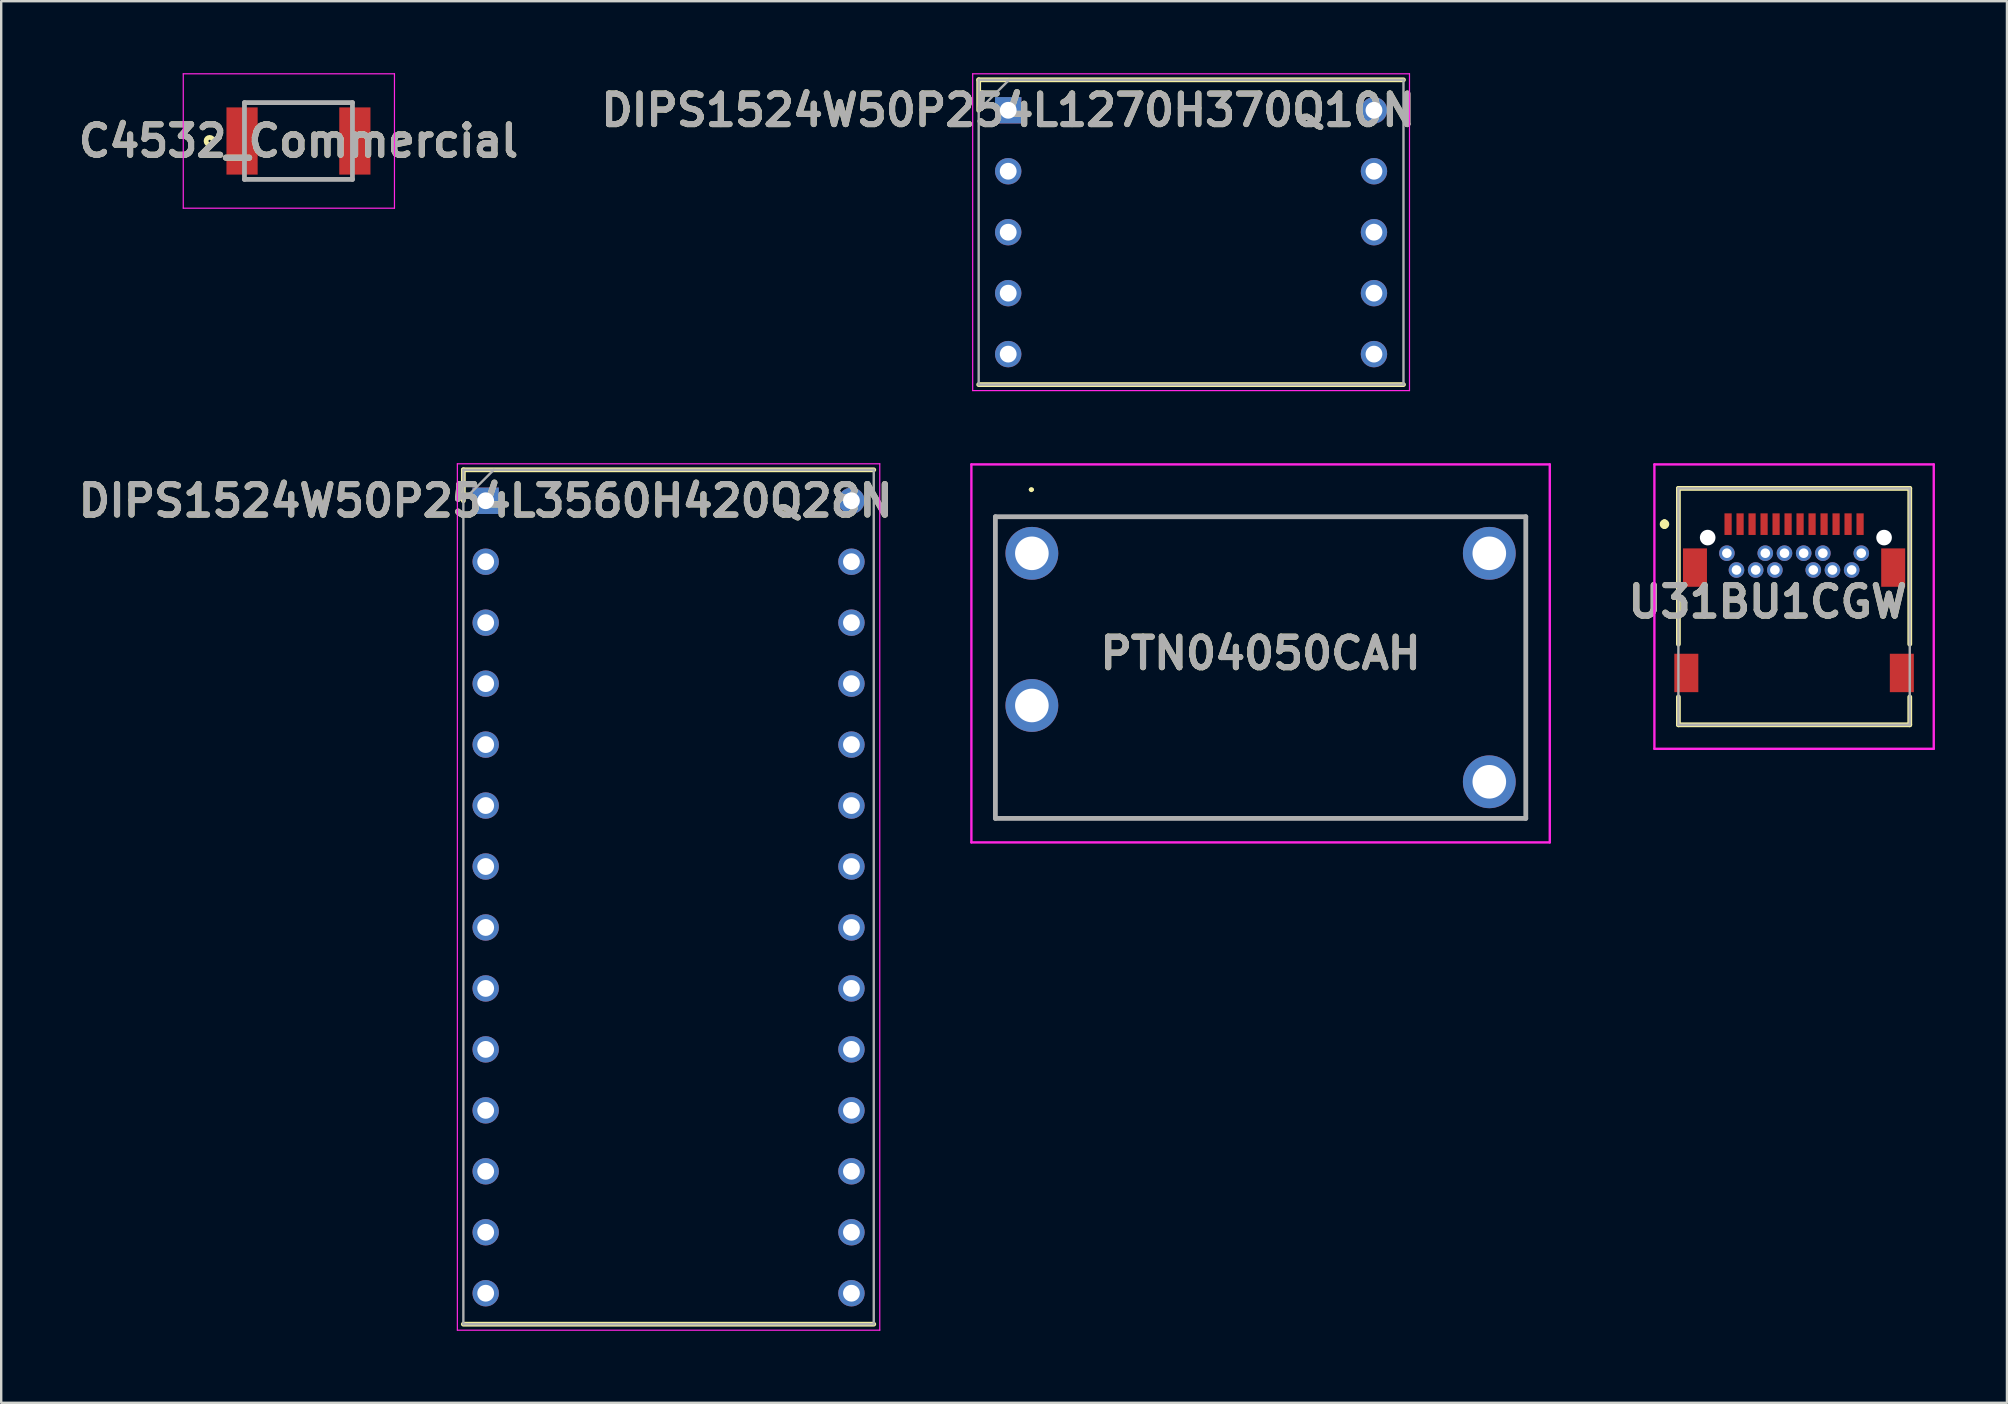
<source format=kicad_pcb>
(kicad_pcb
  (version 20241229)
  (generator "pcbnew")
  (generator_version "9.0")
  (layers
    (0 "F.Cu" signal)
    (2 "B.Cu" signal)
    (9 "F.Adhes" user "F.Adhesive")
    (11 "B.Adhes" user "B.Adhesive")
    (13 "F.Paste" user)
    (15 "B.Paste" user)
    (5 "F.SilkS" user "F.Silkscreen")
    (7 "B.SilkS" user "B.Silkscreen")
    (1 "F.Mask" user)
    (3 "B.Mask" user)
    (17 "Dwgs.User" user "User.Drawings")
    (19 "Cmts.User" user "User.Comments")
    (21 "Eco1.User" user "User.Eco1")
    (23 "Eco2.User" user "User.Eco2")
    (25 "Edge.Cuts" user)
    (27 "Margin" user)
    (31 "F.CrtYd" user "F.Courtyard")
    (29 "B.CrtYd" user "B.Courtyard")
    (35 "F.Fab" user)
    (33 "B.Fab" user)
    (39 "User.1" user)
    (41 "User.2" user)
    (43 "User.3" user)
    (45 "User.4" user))
  (footprint "U31BU1CGW"
    (layer "F.Cu")
    (at 71.704 22.225)
    (property "Reference" "U31BU1CGW" (at -1.1 -0.2 0) (layer "F.SilkS") (effects (font (size 1.27 1.27) (thickness 0.254))))
    (attr through_hole)
    (fp_line (start -5.4 -3.535) (end -5.4 -3.535) (stroke (width 0.2) (type solid)) (layer "F.SilkS"))
    (fp_line (start -5.4 -3.335) (end -5.4 -3.335) (stroke (width 0.2) (type solid)) (layer "F.SilkS"))
    (fp_line (start -4.82 -4.925) (end 4.82 -4.925) (stroke (width 0.2) (type solid)) (layer "F.SilkS"))
    (fp_line (start -4.82 1.565) (end -4.82 -4.925) (stroke (width 0.2) (type solid)) (layer "F.SilkS"))
    (fp_line (start -4.82 3.765) (end -4.82 4.925) (stroke (width 0.2) (type solid)) (layer "F.SilkS"))
    (fp_line (start -4.82 4.925) (end 4.82 4.925) (stroke (width 0.2) (type solid)) (layer "F.SilkS"))
    (fp_line (start 4.82 -4.925) (end 4.82 1.565) (stroke (width 0.2) (type solid)) (layer "F.SilkS"))
    (fp_line (start 4.82 4.925) (end 4.82 3.765) (stroke (width 0.2) (type solid)) (layer "F.SilkS"))
    (fp_arc (start -5.4 -3.535) (mid -5.3 -3.435) (end -5.4 -3.335) (stroke (width 0.2) (type solid)) (layer "F.SilkS"))
    (fp_arc (start -5.4 -3.335) (mid -5.5 -3.435) (end -5.4 -3.535) (stroke (width 0.2) (type solid)) (layer "F.SilkS"))
    (fp_line (start -5.82 -5.925) (end 5.82 -5.925) (stroke (width 0.1) (type solid)) (layer "F.CrtYd"))
    (fp_line (start -5.82 5.925) (end -5.82 -5.925) (stroke (width 0.1) (type solid)) (layer "F.CrtYd"))
    (fp_line (start 5.82 -5.925) (end 5.82 5.925) (stroke (width 0.1) (type solid)) (layer "F.CrtYd"))
    (fp_line (start 5.82 5.925) (end -5.82 5.925) (stroke (width 0.1) (type solid)) (layer "F.CrtYd"))
    (fp_line (start -4.82 -4.925) (end 4.82 -4.925) (stroke (width 0.1) (type solid)) (layer "F.Fab"))
    (fp_line (start -4.82 4.925) (end -4.82 -4.925) (stroke (width 0.1) (type solid)) (layer "F.Fab"))
    (fp_line (start 4.82 -4.925) (end 4.82 4.925) (stroke (width 0.1) (type solid)) (layer "F.Fab"))
    (fp_line (start 4.82 4.925) (end -4.82 4.925) (stroke (width 0.1) (type solid)) (layer "F.Fab"))
    (fp_text user "${REFERENCE}" (at -1.1 -0.2 0) (layer "F.Fab") (effects (font (size 1.27 1.27) (thickness 0.254))))
    (pad "" np_thru_hole circle (at -3.6 -2.875) (size 0.65 0.65) (drill 0.65) (layers "*.Cu" "*.Mask"))
    (pad "" np_thru_hole circle (at 3.75 -2.875) (size 0.65 0.65) (drill 0.65) (layers "*.Cu" "*.Mask"))
    (pad "A1" smd rect (at -2.75 -3.435) (size 0.3 0.9) (layers "F.Cu" "F.Mask" "F.Paste"))
    (pad "A2" smd rect (at -2.25 -3.435) (size 0.3 0.9) (layers "F.Cu" "F.Mask" "F.Paste"))
    (pad "A3" smd rect (at -1.75 -3.435) (size 0.3 0.9) (layers "F.Cu" "F.Mask" "F.Paste"))
    (pad "A4" smd rect (at -1.25 -3.435) (size 0.3 0.9) (layers "F.Cu" "F.Mask" "F.Paste"))
    (pad "A5" smd rect (at -0.75 -3.435) (size 0.3 0.9) (layers "F.Cu" "F.Mask" "F.Paste"))
    (pad "A6" smd rect (at -0.25 -3.435) (size 0.3 0.9) (layers "F.Cu" "F.Mask" "F.Paste"))
    (pad "A7" smd rect (at 0.25 -3.435) (size 0.3 0.9) (layers "F.Cu" "F.Mask" "F.Paste"))
    (pad "A8" smd rect (at 0.75 -3.435) (size 0.3 0.9) (layers "F.Cu" "F.Mask" "F.Paste"))
    (pad "A9" smd rect (at 1.25 -3.435) (size 0.3 0.9) (layers "F.Cu" "F.Mask" "F.Paste"))
    (pad "A10" smd rect (at 1.75 -3.435) (size 0.3 0.9) (layers "F.Cu" "F.Mask" "F.Paste"))
    (pad "A11" smd rect (at 2.25 -3.435) (size 0.3 0.9) (layers "F.Cu" "F.Mask" "F.Paste"))
    (pad "A12" smd rect (at 2.75 -3.435) (size 0.3 0.9) (layers "F.Cu" "F.Mask" "F.Paste"))
    (pad "B1" thru_hole circle (at 2.8 -2.225) (size 0.65 0.65) (drill 0.4) (layers "*.Cu" "*.Mask"))
    (pad "B2" thru_hole circle (at 2.4 -1.525) (size 0.65 0.65) (drill 0.4) (layers "*.Cu" "*.Mask"))
    (pad "B3" thru_hole circle (at 1.6 -1.525) (size 0.65 0.65) (drill 0.4) (layers "*.Cu" "*.Mask"))
    (pad "B4" thru_hole circle (at 1.2 -2.225) (size 0.65 0.65) (drill 0.4) (layers "*.Cu" "*.Mask"))
    (pad "B5" thru_hole circle (at 0.8 -1.525) (size 0.65 0.65) (drill 0.4) (layers "*.Cu" "*.Mask"))
    (pad "B6" thru_hole circle (at 0.4 -2.225) (size 0.65 0.65) (drill 0.4) (layers "*.Cu" "*.Mask"))
    (pad "B7" thru_hole circle (at -0.4 -2.225) (size 0.65 0.65) (drill 0.4) (layers "*.Cu" "*.Mask"))
    (pad "B8" thru_hole circle (at -0.8 -1.525) (size 0.65 0.65) (drill 0.4) (layers "*.Cu" "*.Mask"))
    (pad "B9" thru_hole circle (at -1.2 -2.225) (size 0.65 0.65) (drill 0.4) (layers "*.Cu" "*.Mask"))
    (pad "B10" thru_hole circle (at -1.6 -1.525) (size 0.65 0.65) (drill 0.4) (layers "*.Cu" "*.Mask"))
    (pad "B11" thru_hole circle (at -2.4 -1.525) (size 0.65 0.65) (drill 0.4) (layers "*.Cu" "*.Mask"))
    (pad "B12" thru_hole circle (at -2.8 -2.225) (size 0.65 0.65) (drill 0.4) (layers "*.Cu" "*.Mask"))
    (pad "MH1" smd rect (at -4.13 -1.625) (size 1 1.6) (layers "F.Cu" "F.Mask" "F.Paste"))
    (pad "MH2" smd rect (at 4.13 -1.625) (size 1 1.6) (layers "F.Cu" "F.Mask" "F.Paste"))
    (pad "MH3" smd rect (at -4.49 2.765) (size 1 1.6) (layers "F.Cu" "F.Mask" "F.Paste"))
    (pad "MH4" smd rect (at 4.49 2.765) (size 1 1.6) (layers "F.Cu" "F.Mask" "F.Paste")))
  (footprint "DIPS1524W50P254L3560H420Q28N"
    (layer "F.Cu")
    (at 17.187 17.815)
    (property "Reference" "DIPS1524W50P254L3560H420Q28N" (at 0 0 0) (layer "F.SilkS") (effects (font (size 1.27 1.27) (thickness 0.254))))
    (attr through_hole)
    (fp_line (start -0.93 -1.29) (end -0.93 0) (stroke (width 0.2) (type solid)) (layer "F.SilkS"))
    (fp_line (start -0.93 34.31) (end 16.17 34.31) (stroke (width 0.2) (type solid)) (layer "F.SilkS"))
    (fp_line (start 16.17 -1.29) (end -0.93 -1.29) (stroke (width 0.2) (type solid)) (layer "F.SilkS"))
    (fp_line (start -1.18 -1.54) (end 16.42 -1.54) (stroke (width 0.05) (type solid)) (layer "F.CrtYd"))
    (fp_line (start -1.18 34.56) (end -1.18 -1.54) (stroke (width 0.05) (type solid)) (layer "F.CrtYd"))
    (fp_line (start 16.42 -1.54) (end 16.42 34.56) (stroke (width 0.05) (type solid)) (layer "F.CrtYd"))
    (fp_line (start 16.42 34.56) (end -1.18 34.56) (stroke (width 0.05) (type solid)) (layer "F.CrtYd"))
    (fp_line (start -0.93 -1.29) (end 16.17 -1.29) (stroke (width 0.1) (type solid)) (layer "F.Fab"))
    (fp_line (start -0.93 -0.02) (end 0.34 -1.29) (stroke (width 0.1) (type solid)) (layer "F.Fab"))
    (fp_line (start -0.93 34.31) (end -0.93 -1.29) (stroke (width 0.1) (type solid)) (layer "F.Fab"))
    (fp_line (start 16.17 -1.29) (end 16.17 34.31) (stroke (width 0.1) (type solid)) (layer "F.Fab"))
    (fp_line (start 16.17 34.31) (end -0.93 34.31) (stroke (width 0.1) (type solid)) (layer "F.Fab"))
    (fp_text user "${REFERENCE}" (at 0 0 0) (layer "F.Fab") (effects (font (size 1.27 1.27) (thickness 0.254))))
    (pad "1" thru_hole rect (at 0 0) (size 1.1 1.1) (drill 0.7) (layers "*.Cu" "*.Mask"))
    (pad "2" thru_hole circle (at 0 2.54) (size 1.1 1.1) (drill 0.7) (layers "*.Cu" "*.Mask"))
    (pad "3" thru_hole circle (at 0 5.08) (size 1.1 1.1) (drill 0.7) (layers "*.Cu" "*.Mask"))
    (pad "4" thru_hole circle (at 0 7.62) (size 1.1 1.1) (drill 0.7) (layers "*.Cu" "*.Mask"))
    (pad "5" thru_hole circle (at 0 10.16) (size 1.1 1.1) (drill 0.7) (layers "*.Cu" "*.Mask"))
    (pad "6" thru_hole circle (at 0 12.7) (size 1.1 1.1) (drill 0.7) (layers "*.Cu" "*.Mask"))
    (pad "7" thru_hole circle (at 0 15.24) (size 1.1 1.1) (drill 0.7) (layers "*.Cu" "*.Mask"))
    (pad "8" thru_hole circle (at 0 17.78) (size 1.1 1.1) (drill 0.7) (layers "*.Cu" "*.Mask"))
    (pad "9" thru_hole circle (at 0 20.32) (size 1.1 1.1) (drill 0.7) (layers "*.Cu" "*.Mask"))
    (pad "10" thru_hole circle (at 0 22.86) (size 1.1 1.1) (drill 0.7) (layers "*.Cu" "*.Mask"))
    (pad "11" thru_hole circle (at 0 25.4) (size 1.1 1.1) (drill 0.7) (layers "*.Cu" "*.Mask"))
    (pad "12" thru_hole circle (at 0 27.94) (size 1.1 1.1) (drill 0.7) (layers "*.Cu" "*.Mask"))
    (pad "13" thru_hole circle (at 0 30.48) (size 1.1 1.1) (drill 0.7) (layers "*.Cu" "*.Mask"))
    (pad "14" thru_hole circle (at 0 33.02) (size 1.1 1.1) (drill 0.7) (layers "*.Cu" "*.Mask"))
    (pad "15" thru_hole circle (at 15.24 33.02) (size 1.1 1.1) (drill 0.7) (layers "*.Cu" "*.Mask"))
    (pad "16" thru_hole circle (at 15.24 30.48) (size 1.1 1.1) (drill 0.7) (layers "*.Cu" "*.Mask"))
    (pad "17" thru_hole circle (at 15.24 27.94) (size 1.1 1.1) (drill 0.7) (layers "*.Cu" "*.Mask"))
    (pad "18" thru_hole circle (at 15.24 25.4) (size 1.1 1.1) (drill 0.7) (layers "*.Cu" "*.Mask"))
    (pad "19" thru_hole circle (at 15.24 22.86) (size 1.1 1.1) (drill 0.7) (layers "*.Cu" "*.Mask"))
    (pad "20" thru_hole circle (at 15.24 20.32) (size 1.1 1.1) (drill 0.7) (layers "*.Cu" "*.Mask"))
    (pad "21" thru_hole circle (at 15.24 17.78) (size 1.1 1.1) (drill 0.7) (layers "*.Cu" "*.Mask"))
    (pad "22" thru_hole circle (at 15.24 15.24) (size 1.1 1.1) (drill 0.7) (layers "*.Cu" "*.Mask"))
    (pad "23" thru_hole circle (at 15.24 12.7) (size 1.1 1.1) (drill 0.7) (layers "*.Cu" "*.Mask"))
    (pad "24" thru_hole circle (at 15.24 10.16) (size 1.1 1.1) (drill 0.7) (layers "*.Cu" "*.Mask"))
    (pad "25" thru_hole circle (at 15.24 7.62) (size 1.1 1.1) (drill 0.7) (layers "*.Cu" "*.Mask"))
    (pad "26" thru_hole circle (at 15.24 5.08) (size 1.1 1.1) (drill 0.7) (layers "*.Cu" "*.Mask"))
    (pad "27" thru_hole circle (at 15.24 2.54) (size 1.1 1.1) (drill 0.7) (layers "*.Cu" "*.Mask"))
    (pad "28" thru_hole circle (at 15.24 0) (size 1.1 1.1) (drill 0.7) (layers "*.Cu" "*.Mask")))
  (footprint "DIPS1524W50P254L1270H370Q10N"
    (layer "F.Cu")
    (at 38.959 1.545)
    (property "Reference" "DIPS1524W50P254L1270H370Q10N" (at 0 0 0) (layer "F.SilkS") (effects (font (size 1.27 1.27) (thickness 0.254))))
    (attr through_hole)
    (fp_line (start -1.23 -1.27) (end -1.23 0) (stroke (width 0.2) (type solid)) (layer "F.SilkS"))
    (fp_line (start -1.23 11.43) (end 16.47 11.43) (stroke (width 0.2) (type solid)) (layer "F.SilkS"))
    (fp_line (start 16.47 -1.27) (end -1.23 -1.27) (stroke (width 0.2) (type solid)) (layer "F.SilkS"))
    (fp_line (start -1.48 -1.52) (end 16.72 -1.52) (stroke (width 0.05) (type solid)) (layer "F.CrtYd"))
    (fp_line (start -1.48 11.68) (end -1.48 -1.52) (stroke (width 0.05) (type solid)) (layer "F.CrtYd"))
    (fp_line (start 16.72 -1.52) (end 16.72 11.68) (stroke (width 0.05) (type solid)) (layer "F.CrtYd"))
    (fp_line (start 16.72 11.68) (end -1.48 11.68) (stroke (width 0.05) (type solid)) (layer "F.CrtYd"))
    (fp_line (start -1.23 -1.27) (end 16.47 -1.27) (stroke (width 0.1) (type solid)) (layer "F.Fab"))
    (fp_line (start -1.23 0) (end 0.04 -1.27) (stroke (width 0.1) (type solid)) (layer "F.Fab"))
    (fp_line (start -1.23 11.43) (end -1.23 -1.27) (stroke (width 0.1) (type solid)) (layer "F.Fab"))
    (fp_line (start 16.47 -1.27) (end 16.47 11.43) (stroke (width 0.1) (type solid)) (layer "F.Fab"))
    (fp_line (start 16.47 11.43) (end -1.23 11.43) (stroke (width 0.1) (type solid)) (layer "F.Fab"))
    (fp_text user "${REFERENCE}" (at 0 0 0) (layer "F.Fab") (effects (font (size 1.27 1.27) (thickness 0.254))))
    (pad "1" thru_hole rect (at 0 0) (size 1.1 1.1) (drill 0.7) (layers "*.Cu" "*.Mask"))
    (pad "2" thru_hole circle (at 0 2.54) (size 1.1 1.1) (drill 0.7) (layers "*.Cu" "*.Mask"))
    (pad "3" thru_hole circle (at 0 5.08) (size 1.1 1.1) (drill 0.7) (layers "*.Cu" "*.Mask"))
    (pad "4" thru_hole circle (at 0 7.62) (size 1.1 1.1) (drill 0.7) (layers "*.Cu" "*.Mask"))
    (pad "5" thru_hole circle (at 0 10.16) (size 1.1 1.1) (drill 0.7) (layers "*.Cu" "*.Mask"))
    (pad "6" thru_hole circle (at 15.24 10.16) (size 1.1 1.1) (drill 0.7) (layers "*.Cu" "*.Mask"))
    (pad "7" thru_hole circle (at 15.24 7.62) (size 1.1 1.1) (drill 0.7) (layers "*.Cu" "*.Mask"))
    (pad "8" thru_hole circle (at 15.24 5.08) (size 1.1 1.1) (drill 0.7) (layers "*.Cu" "*.Mask"))
    (pad "9" thru_hole circle (at 15.24 2.54) (size 1.1 1.1) (drill 0.7) (layers "*.Cu" "*.Mask"))
    (pad "10" thru_hole circle (at 15.24 0) (size 1.1 1.1) (drill 0.7) (layers "*.Cu" "*.Mask")))
  (footprint "C4532_Commercial"
    (layer "F.Cu")
    (at 9.386 2.825)
    (property "Reference" "C4532_Commercial" (at 0 0 0) (layer "F.SilkS") (effects (font (size 1.27 1.27) (thickness 0.254))))
    (attr smd)
    (fp_circle (center -3.7 0) (end -3.7 0.05) (stroke (width 0.2) (type solid)) (fill no) (layer "F.SilkS"))
    (fp_line (start -4.8 -2.8) (end 4 -2.8) (stroke (width 0.05) (type solid)) (layer "F.CrtYd"))
    (fp_line (start -4.8 2.8) (end -4.8 -2.8) (stroke (width 0.05) (type solid)) (layer "F.CrtYd"))
    (fp_line (start 4 -2.8) (end 4 2.8) (stroke (width 0.05) (type solid)) (layer "F.CrtYd"))
    (fp_line (start 4 2.8) (end -4.8 2.8) (stroke (width 0.05) (type solid)) (layer "F.CrtYd"))
    (fp_line (start -2.25 -1.6) (end 2.25 -1.6) (stroke (width 0.2) (type solid)) (layer "F.Fab"))
    (fp_line (start -2.25 1.6) (end -2.25 -1.6) (stroke (width 0.2) (type solid)) (layer "F.Fab"))
    (fp_line (start 2.25 -1.6) (end 2.25 1.6) (stroke (width 0.2) (type solid)) (layer "F.Fab"))
    (fp_line (start 2.25 1.6) (end -2.25 1.6) (stroke (width 0.2) (type solid)) (layer "F.Fab"))
    (fp_text user "${REFERENCE}" (at 0 0 0) (layer "F.Fab") (effects (font (size 1.27 1.27) (thickness 0.254))))
    (pad "1" smd rect (at -2.35 0) (size 1.3 2.8) (layers "F.Cu" "F.Mask" "F.Paste"))
    (pad "2" smd rect (at 2.35 0) (size 1.3 2.8) (layers "F.Cu" "F.Mask" "F.Paste")))
  (footprint "PTN04050CAH"
    (layer "F.Cu")
    (at 39.945 20.005)
    (property "Reference" "PTN04050CAH" (at 9.53 4.17 0) (layer "F.SilkS") (effects (font (size 1.27 1.27) (thickness 0.254))))
    (attr through_hole)
    (fp_line (start -1.52 -1.525) (end 20.58 -1.525) (stroke (width 0.1) (type solid)) (layer "F.SilkS"))
    (fp_line (start -1.52 11.045) (end -1.52 -1.525) (stroke (width 0.1) (type solid)) (layer "F.SilkS"))
    (fp_line (start -0.074 -2.653) (end -0.074 -2.653) (stroke (width 0.105) (type solid)) (layer "F.SilkS"))
    (fp_line (start 0.031 -2.653) (end 0.031 -2.653) (stroke (width 0.105) (type solid)) (layer "F.SilkS"))
    (fp_line (start 20.58 -1.525) (end 20.58 11.045) (stroke (width 0.1) (type solid)) (layer "F.SilkS"))
    (fp_line (start 20.58 11.045) (end -1.52 11.045) (stroke (width 0.1) (type solid)) (layer "F.SilkS"))
    (fp_arc (start -0.074 -2.653) (mid -0.0215 -2.7055) (end 0.031 -2.653) (stroke (width 0.10492) (type solid)) (layer "F.SilkS"))
    (fp_arc (start 0.031 -2.653) (mid -0.0215 -2.6005) (end -0.074 -2.653) (stroke (width 0.10492) (type solid)) (layer "F.SilkS"))
    (fp_line (start -2.52 -3.705) (end 21.58 -3.705) (stroke (width 0.1) (type solid)) (layer "F.CrtYd"))
    (fp_line (start -2.52 12.045) (end -2.52 -3.705) (stroke (width 0.1) (type solid)) (layer "F.CrtYd"))
    (fp_line (start 21.58 -3.705) (end 21.58 12.045) (stroke (width 0.1) (type solid)) (layer "F.CrtYd"))
    (fp_line (start 21.58 12.045) (end -2.52 12.045) (stroke (width 0.1) (type solid)) (layer "F.CrtYd"))
    (fp_line (start -1.52 -1.525) (end 20.58 -1.525) (stroke (width 0.2) (type solid)) (layer "F.Fab"))
    (fp_line (start -1.52 11.045) (end -1.52 -1.525) (stroke (width 0.2) (type solid)) (layer "F.Fab"))
    (fp_line (start 20.58 -1.525) (end 20.58 11.045) (stroke (width 0.2) (type solid)) (layer "F.Fab"))
    (fp_line (start 20.58 11.045) (end -1.52 11.045) (stroke (width 0.2) (type solid)) (layer "F.Fab"))
    (fp_text user "${REFERENCE}" (at 9.53 4.17 0) (layer "F.Fab") (effects (font (size 1.27 1.27) (thickness 0.254))))
    (pad "1" thru_hole circle (at 0 0) (size 2.2 2.2) (drill 1.4) (layers "*.Cu" "*.Mask"))
    (pad "2" thru_hole circle (at 0 6.34) (size 2.2 2.2) (drill 1.4) (layers "*.Cu" "*.Mask"))
    (pad "3" thru_hole circle (at 19.06 9.52) (size 2.2 2.2) (drill 1.4) (layers "*.Cu" "*.Mask"))
    (pad "4" thru_hole circle (at 19.06 0) (size 2.2 2.2) (drill 1.4) (layers "*.Cu" "*.Mask")))
  (gr_rect
    (start -3 -3)
    (end 80.574 55.4)
    (stroke (width 0.1) (type default))
    (fill no)
    (layer "Edge.Cuts")))
</source>
